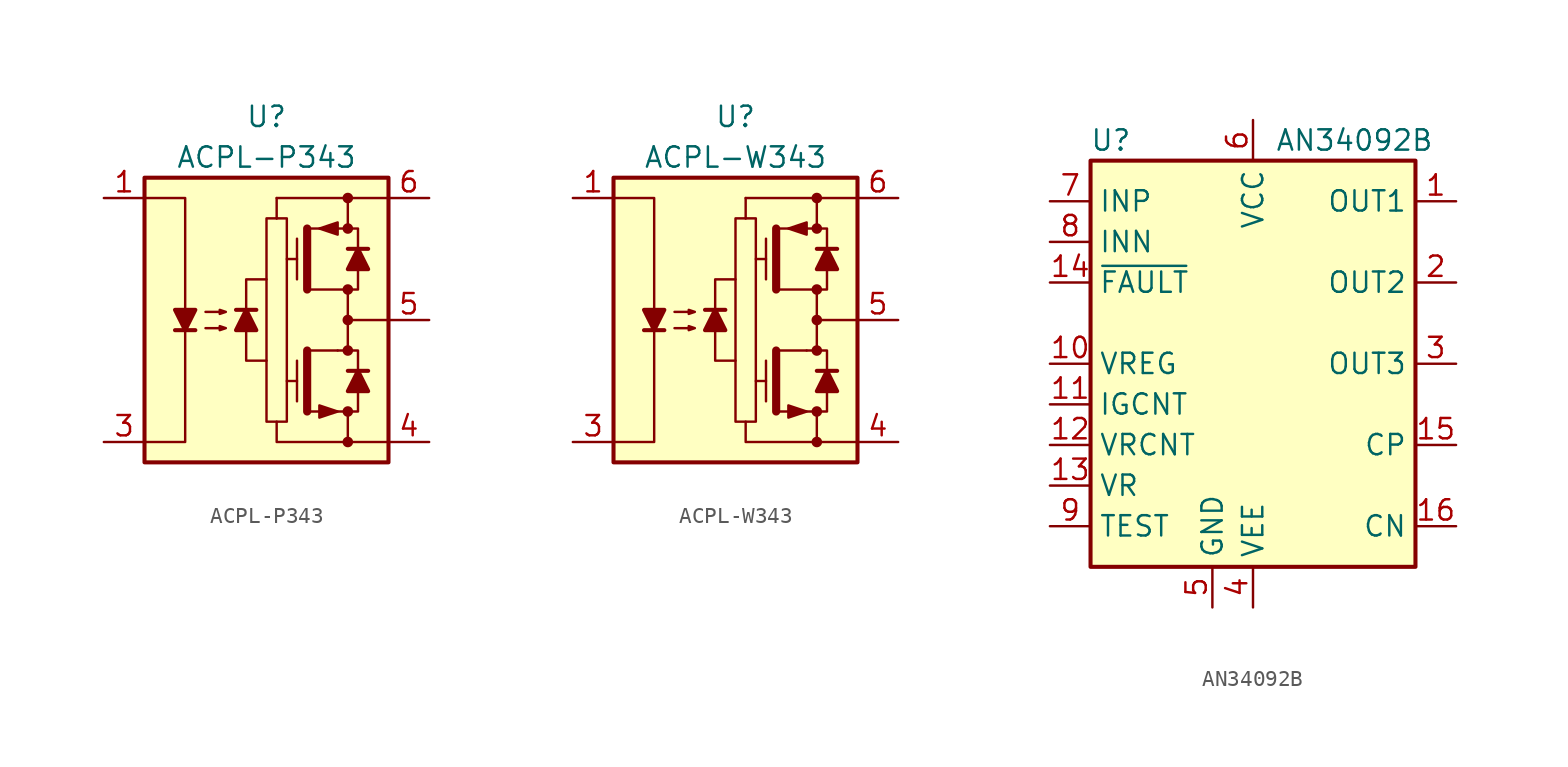
<source format=kicad_sym>
(kicad_symbol_lib
  (version 20241209)
  (generator "kicad_symbol_editor")
  (generator_version "9.0")
  (symbol "ACPL-P343"
    (pin_names
      (hide yes))
    (property "Reference" "U"
      (at 0 12.7 0)
      (effects (font (size 1.27 1.27))))
    (property "Value" "ACPL-P343"
      (at 0 10.16 0)
      (effects (font (size 1.27 1.27))))
    (symbol "ACPL-P343_0_1"
      (rectangle (start -7.62 8.89) (end 7.62 -8.89) (stroke (width 0.254) (type default)) (fill (type background)))
      (polyline (pts (xy -7.62 7.62) (xy -5.08 7.62) (xy -5.08 -7.62) (xy -7.62 -7.62)) (stroke (width 0) (type default)) (fill (type none)))
      (polyline (pts (xy -5.715 -0.635) (xy -4.445 -0.635)) (stroke (width 0.254) (type default)) (fill (type none)))
      (polyline (pts (xy -5.08 -0.635) (xy -5.715 0.635) (xy -4.445 0.635) (xy -5.08 -0.635)) (stroke (width 0.254) (type default)) (fill (type outline)))
      (polyline (pts (xy -3.81 0.508) (xy -2.54 0.508) (xy -2.921 0.381) (xy -2.921 0.635) (xy -2.54 0.508)) (stroke (width 0) (type default)) (fill (type none)))
      (polyline (pts (xy -3.81 -0.508) (xy -2.54 -0.508) (xy -2.921 -0.635) (xy -2.921 -0.381) (xy -2.54 -0.508)) (stroke (width 0) (type default)) (fill (type none)))
      (polyline (pts (xy -1.27 0.635) (xy -1.27 2.54) (xy 0 2.54)) (stroke (width 0) (type default)) (fill (type none)))
      (polyline (pts (xy -1.27 0.635) (xy -0.635 -0.635) (xy -1.905 -0.635) (xy -1.27 0.635)) (stroke (width 0.254) (type default)) (fill (type outline)))
      (polyline (pts (xy -1.27 -0.635) (xy -1.27 -2.54) (xy 0 -2.54)) (stroke (width 0) (type default)) (fill (type none)))
      (polyline (pts (xy -0.635 0.635) (xy -1.905 0.635)) (stroke (width 0.254) (type default)) (fill (type none)))
      (rectangle (start 0.635 6.35) (end 0.635 7.62) (stroke (width 0) (type default)) (fill (type none)))
      (rectangle (start 0.635 6.35) (end 0.635 6.35) (stroke (width 0) (type default)) (fill (type none)))
      (polyline (pts (xy 0.635 -6.35) (xy 0.635 -7.62) (xy 7.62 -7.62)) (stroke (width 0) (type default)) (fill (type none)))
      (polyline (pts (xy 1.27 6.35) (xy 1.27 -6.35) (xy 0 -6.35) (xy 0 6.35) (xy 1.27 6.35)) (stroke (width 0) (type default)) (fill (type none)))
      (polyline (pts (xy 1.27 3.81) (xy 1.905 3.81)) (stroke (width 0) (type default)) (fill (type none)))
      (polyline (pts (xy 1.27 -3.81) (xy 1.905 -3.81)) (stroke (width 0) (type default)) (fill (type none)))
      (polyline (pts (xy 1.905 2.54) (xy 1.905 5.08)) (stroke (width 0) (type default)) (fill (type none)))
      (polyline (pts (xy 1.905 -5.08) (xy 1.905 -2.54)) (stroke (width 0) (type default)) (fill (type none)))
      (polyline (pts (xy 2.54 1.905) (xy 2.54 5.715)) (stroke (width 0.508) (type default)) (fill (type none)))
      (polyline (pts (xy 2.54 -5.715) (xy 2.54 -1.905)) (stroke (width 0.508) (type default)) (fill (type none)))
      (polyline (pts (xy 3.302 5.715) (xy 4.445 6.096) (xy 4.445 5.334) (xy 3.302 5.715)) (stroke (width 0) (type default)) (fill (type outline)))
      (polyline (pts (xy 4.445 5.715) (xy 2.54 5.715)) (stroke (width 0) (type default)) (fill (type none)))
      (polyline (pts (xy 4.445 5.715) (xy 5.715 5.715) (xy 5.715 4.445)) (stroke (width 0) (type default)) (fill (type none)))
      (polyline (pts (xy 4.445 -1.905) (xy 2.54 -1.905)) (stroke (width 0) (type default)) (fill (type none)))
      (polyline (pts (xy 4.445 -1.905) (xy 5.715 -1.905) (xy 5.715 -3.175)) (stroke (width 0) (type default)) (fill (type none)))
      (polyline (pts (xy 4.445 -5.715) (xy 3.302 -5.334) (xy 3.302 -6.096) (xy 4.445 -5.715)) (stroke (width 0) (type default)) (fill (type outline)))
      (polyline (pts (xy 5.08 7.62) (xy 5.08 5.715)) (stroke (width 0) (type default)) (fill (type none)))
      (circle (center 5.08 7.62) (radius 0.254) (stroke (width 0) (type default)) (fill (type outline)))
      (circle (center 5.08 5.715) (radius 0.254) (stroke (width 0) (type default)) (fill (type outline)))
      (polyline (pts (xy 5.08 1.905) (xy 5.08 -1.905)) (stroke (width 0) (type default)) (fill (type none)))
      (circle (center 5.08 1.905) (radius 0.254) (stroke (width 0) (type default)) (fill (type outline)))
      (polyline (pts (xy 5.08 0) (xy 7.62 0)) (stroke (width 0) (type default)) (fill (type none)))
      (circle (center 5.08 0) (radius 0.254) (stroke (width 0) (type default)) (fill (type outline)))
      (circle (center 5.08 -1.905) (radius 0.254) (stroke (width 0) (type default)) (fill (type outline)))
      (polyline (pts (xy 5.08 -5.715) (xy 5.08 -7.62)) (stroke (width 0) (type default)) (fill (type none)))
      (circle (center 5.08 -5.715) (radius 0.254) (stroke (width 0) (type default)) (fill (type outline)))
      (circle (center 5.08 -7.62) (radius 0.254) (stroke (width 0) (type default)) (fill (type outline)))
      (polyline (pts (xy 5.715 4.445) (xy 6.35 3.175) (xy 5.08 3.175) (xy 5.715 4.445)) (stroke (width 0.254) (type default)) (fill (type outline)))
      (polyline (pts (xy 5.715 3.175) (xy 5.715 1.905) (xy 2.54 1.905)) (stroke (width 0) (type default)) (fill (type none)))
      (polyline (pts (xy 5.715 -3.175) (xy 6.35 -4.445) (xy 5.08 -4.445) (xy 5.715 -3.175)) (stroke (width 0.254) (type default)) (fill (type outline)))
      (polyline (pts (xy 5.715 -4.445) (xy 5.715 -5.715) (xy 2.54 -5.715)) (stroke (width 0) (type default)) (fill (type none)))
      (polyline (pts (xy 6.35 4.445) (xy 5.08 4.445)) (stroke (width 0.254) (type default)) (fill (type none)))
      (polyline (pts (xy 6.35 -3.175) (xy 5.08 -3.175)) (stroke (width 0.254) (type default)) (fill (type none)))
      (polyline (pts (xy 7.62 7.62) (xy 0.635 7.62)) (stroke (width 0) (type default)) (fill (type none))))
    (symbol "ACPL-P343_1_1"
      (pin passive line (at -10.16 7.62 0) (length 2.54) (name "A" (effects (font (size 1.27 1.27)))) (number "1" (effects (font (size 1.27 1.27)))))
      (pin passive line (at -10.16 -7.62 0) (length 2.54) (name "C" (effects (font (size 1.27 1.27)))) (number "3" (effects (font (size 1.27 1.27)))))
      (pin no_connect line (at -7.62 0 0) (length 2.54) (hide yes) (name "NC" (effects (font (size 1.27 1.27)))) (number "2" (effects (font (size 1.27 1.27)))))
      (pin power_in line (at 10.16 7.62 180) (length 2.54) (name "VCC" (effects (font (size 1.27 1.27)))) (number "6" (effects (font (size 1.27 1.27)))))
      (pin output line (at 10.16 0 180) (length 2.54) (name "VO" (effects (font (size 1.27 1.27)))) (number "5" (effects (font (size 1.27 1.27)))))
      (pin power_in line (at 10.16 -7.62 180) (length 2.54) (name "VEE" (effects (font (size 1.27 1.27)))) (number "4" (effects (font (size 1.27 1.27)))))))
  (symbol "ACPL-W343"
    (pin_names
      (hide yes))
    (property "Reference" "U"
      (at 0 12.7 0)
      (effects (font (size 1.27 1.27))))
    (property "Value" "ACPL-W343"
      (at 0 10.16 0)
      (effects (font (size 1.27 1.27))))
    (symbol "ACPL-W343_0_1"
      (rectangle (start -7.62 8.89) (end 7.62 -8.89) (stroke (width 0.254) (type default)) (fill (type background)))
      (polyline (pts (xy -7.62 7.62) (xy -5.08 7.62) (xy -5.08 -7.62) (xy -7.62 -7.62)) (stroke (width 0) (type default)) (fill (type none)))
      (polyline (pts (xy -5.715 -0.635) (xy -4.445 -0.635)) (stroke (width 0.254) (type default)) (fill (type none)))
      (polyline (pts (xy -5.08 -0.635) (xy -5.715 0.635) (xy -4.445 0.635) (xy -5.08 -0.635)) (stroke (width 0.254) (type default)) (fill (type outline)))
      (polyline (pts (xy -3.81 0.508) (xy -2.54 0.508) (xy -2.921 0.381) (xy -2.921 0.635) (xy -2.54 0.508)) (stroke (width 0) (type default)) (fill (type none)))
      (polyline (pts (xy -3.81 -0.508) (xy -2.54 -0.508) (xy -2.921 -0.635) (xy -2.921 -0.381) (xy -2.54 -0.508)) (stroke (width 0) (type default)) (fill (type none)))
      (polyline (pts (xy -1.27 0.635) (xy -1.27 2.54) (xy 0 2.54)) (stroke (width 0) (type default)) (fill (type none)))
      (polyline (pts (xy -1.27 0.635) (xy -0.635 -0.635) (xy -1.905 -0.635) (xy -1.27 0.635)) (stroke (width 0.254) (type default)) (fill (type outline)))
      (polyline (pts (xy -1.27 -0.635) (xy -1.27 -2.54) (xy 0 -2.54)) (stroke (width 0) (type default)) (fill (type none)))
      (polyline (pts (xy -0.635 0.635) (xy -1.905 0.635)) (stroke (width 0.254) (type default)) (fill (type none)))
      (rectangle (start 0.635 6.35) (end 0.635 7.62) (stroke (width 0) (type default)) (fill (type none)))
      (rectangle (start 0.635 6.35) (end 0.635 6.35) (stroke (width 0) (type default)) (fill (type none)))
      (polyline (pts (xy 0.635 -6.35) (xy 0.635 -7.62) (xy 7.62 -7.62)) (stroke (width 0) (type default)) (fill (type none)))
      (polyline (pts (xy 1.27 6.35) (xy 1.27 -6.35) (xy 0 -6.35) (xy 0 6.35) (xy 1.27 6.35)) (stroke (width 0) (type default)) (fill (type none)))
      (polyline (pts (xy 1.27 3.81) (xy 1.905 3.81)) (stroke (width 0) (type default)) (fill (type none)))
      (polyline (pts (xy 1.27 -3.81) (xy 1.905 -3.81)) (stroke (width 0) (type default)) (fill (type none)))
      (polyline (pts (xy 1.905 2.54) (xy 1.905 5.08)) (stroke (width 0) (type default)) (fill (type none)))
      (polyline (pts (xy 1.905 -5.08) (xy 1.905 -2.54)) (stroke (width 0) (type default)) (fill (type none)))
      (polyline (pts (xy 2.54 1.905) (xy 2.54 5.715)) (stroke (width 0.508) (type default)) (fill (type none)))
      (polyline (pts (xy 2.54 -5.715) (xy 2.54 -1.905)) (stroke (width 0.508) (type default)) (fill (type none)))
      (polyline (pts (xy 3.302 5.715) (xy 4.445 6.096) (xy 4.445 5.334) (xy 3.302 5.715)) (stroke (width 0) (type default)) (fill (type outline)))
      (polyline (pts (xy 4.445 5.715) (xy 2.54 5.715)) (stroke (width 0) (type default)) (fill (type none)))
      (polyline (pts (xy 4.445 5.715) (xy 5.715 5.715) (xy 5.715 4.445)) (stroke (width 0) (type default)) (fill (type none)))
      (polyline (pts (xy 4.445 -1.905) (xy 2.54 -1.905)) (stroke (width 0) (type default)) (fill (type none)))
      (polyline (pts (xy 4.445 -1.905) (xy 5.715 -1.905) (xy 5.715 -3.175)) (stroke (width 0) (type default)) (fill (type none)))
      (polyline (pts (xy 4.445 -5.715) (xy 3.302 -5.334) (xy 3.302 -6.096) (xy 4.445 -5.715)) (stroke (width 0) (type default)) (fill (type outline)))
      (polyline (pts (xy 5.08 7.62) (xy 5.08 5.715)) (stroke (width 0) (type default)) (fill (type none)))
      (circle (center 5.08 7.62) (radius 0.254) (stroke (width 0) (type default)) (fill (type outline)))
      (circle (center 5.08 5.715) (radius 0.254) (stroke (width 0) (type default)) (fill (type outline)))
      (polyline (pts (xy 5.08 1.905) (xy 5.08 -1.905)) (stroke (width 0) (type default)) (fill (type none)))
      (circle (center 5.08 1.905) (radius 0.254) (stroke (width 0) (type default)) (fill (type outline)))
      (polyline (pts (xy 5.08 0) (xy 7.62 0)) (stroke (width 0) (type default)) (fill (type none)))
      (circle (center 5.08 0) (radius 0.254) (stroke (width 0) (type default)) (fill (type outline)))
      (circle (center 5.08 -1.905) (radius 0.254) (stroke (width 0) (type default)) (fill (type outline)))
      (polyline (pts (xy 5.08 -5.715) (xy 5.08 -7.62)) (stroke (width 0) (type default)) (fill (type none)))
      (circle (center 5.08 -5.715) (radius 0.254) (stroke (width 0) (type default)) (fill (type outline)))
      (circle (center 5.08 -7.62) (radius 0.254) (stroke (width 0) (type default)) (fill (type outline)))
      (polyline (pts (xy 5.715 4.445) (xy 6.35 3.175) (xy 5.08 3.175) (xy 5.715 4.445)) (stroke (width 0.254) (type default)) (fill (type outline)))
      (polyline (pts (xy 5.715 3.175) (xy 5.715 1.905) (xy 2.54 1.905)) (stroke (width 0) (type default)) (fill (type none)))
      (polyline (pts (xy 5.715 -3.175) (xy 6.35 -4.445) (xy 5.08 -4.445) (xy 5.715 -3.175)) (stroke (width 0.254) (type default)) (fill (type outline)))
      (polyline (pts (xy 5.715 -4.445) (xy 5.715 -5.715) (xy 2.54 -5.715)) (stroke (width 0) (type default)) (fill (type none)))
      (polyline (pts (xy 6.35 4.445) (xy 5.08 4.445)) (stroke (width 0.254) (type default)) (fill (type none)))
      (polyline (pts (xy 6.35 -3.175) (xy 5.08 -3.175)) (stroke (width 0.254) (type default)) (fill (type none)))
      (polyline (pts (xy 7.62 7.62) (xy 0.635 7.62)) (stroke (width 0) (type default)) (fill (type none))))
    (symbol "ACPL-W343_1_1"
      (pin passive line (at -10.16 7.62 0) (length 2.54) (name "A" (effects (font (size 1.27 1.27)))) (number "1" (effects (font (size 1.27 1.27)))))
      (pin passive line (at -10.16 -7.62 0) (length 2.54) (name "C" (effects (font (size 1.27 1.27)))) (number "3" (effects (font (size 1.27 1.27)))))
      (pin no_connect line (at -7.62 0 0) (length 2.54) (hide yes) (name "NC" (effects (font (size 1.27 1.27)))) (number "2" (effects (font (size 1.27 1.27)))))
      (pin power_in line (at 10.16 7.62 180) (length 2.54) (name "VCC" (effects (font (size 1.27 1.27)))) (number "6" (effects (font (size 1.27 1.27)))))
      (pin output line (at 10.16 0 180) (length 2.54) (name "VO" (effects (font (size 1.27 1.27)))) (number "5" (effects (font (size 1.27 1.27)))))
      (pin power_in line (at 10.16 -7.62 180) (length 2.54) (name "VEE" (effects (font (size 1.27 1.27)))) (number "4" (effects (font (size 1.27 1.27)))))))
  (symbol "AN34092B"
    (property "Reference" "U"
      (at -8.89 13.97 0)
      (effects (font (size 1.27 1.27))))
    (property "Value" "AN34092B"
      (at 6.35 13.97 0)
      (effects (font (size 1.27 1.27))))
    (symbol "AN34092B_0_1"
      (rectangle (start -10.16 -12.7) (end 10.16 12.7) (stroke (width 0.254) (type default)) (fill (type background))))
    (symbol "AN34092B_1_1"
      (pin input line (at -12.7 10.16 0) (length 2.54) (name "INP" (effects (font (size 1.27 1.27)))) (number "7" (effects (font (size 1.27 1.27)))))
      (pin input line (at -12.7 7.62 0) (length 2.54) (name "INN" (effects (font (size 1.27 1.27)))) (number "8" (effects (font (size 1.27 1.27)))))
      (pin open_collector line (at -12.7 5.08 0) (length 2.54) (name "~{FAULT}" (effects (font (size 1.27 1.27)))) (number "14" (effects (font (size 1.27 1.27)))))
      (pin passive line (at -12.7 0 0) (length 2.54) (name "VREG" (effects (font (size 1.27 1.27)))) (number "10" (effects (font (size 1.27 1.27)))))
      (pin passive line (at -12.7 -2.54 0) (length 2.54) (name "IGCNT" (effects (font (size 1.27 1.27)))) (number "11" (effects (font (size 1.27 1.27)))))
      (pin passive line (at -12.7 -5.08 0) (length 2.54) (name "VRCNT" (effects (font (size 1.27 1.27)))) (number "12" (effects (font (size 1.27 1.27)))))
      (pin passive line (at -12.7 -7.62 0) (length 2.54) (name "VR" (effects (font (size 1.27 1.27)))) (number "13" (effects (font (size 1.27 1.27)))))
      (pin passive line (at -12.7 -10.16 0) (length 2.54) (name "TEST" (effects (font (size 1.27 1.27)))) (number "9" (effects (font (size 1.27 1.27)))))
      (pin passive line (at -2.54 -15.24 90) (length 2.54) (hide yes) (name "GND" (effects (font (size 1.27 1.27)))) (number "17" (effects (font (size 1.27 1.27)))))
      (pin power_in line (at -2.54 -15.24 90) (length 2.54) (name "GND" (effects (font (size 1.27 1.27)))) (number "5" (effects (font (size 1.27 1.27)))))
      (pin power_in line (at 0 15.24 270) (length 2.54) (name "VCC" (effects (font (size 1.27 1.27)))) (number "6" (effects (font (size 1.27 1.27)))))
      (pin power_in line (at 0 -15.24 90) (length 2.54) (name "VEE" (effects (font (size 1.27 1.27)))) (number "4" (effects (font (size 1.27 1.27)))))
      (pin output line (at 12.7 10.16 180) (length 2.54) (name "OUT1" (effects (font (size 1.27 1.27)))) (number "1" (effects (font (size 1.27 1.27)))))
      (pin output line (at 12.7 5.08 180) (length 2.54) (name "OUT2" (effects (font (size 1.27 1.27)))) (number "2" (effects (font (size 1.27 1.27)))))
      (pin output line (at 12.7 0 180) (length 2.54) (name "OUT3" (effects (font (size 1.27 1.27)))) (number "3" (effects (font (size 1.27 1.27)))))
      (pin passive line (at 12.7 -5.08 180) (length 2.54) (name "CP" (effects (font (size 1.27 1.27)))) (number "15" (effects (font (size 1.27 1.27)))))
      (pin passive line (at 12.7 -10.16 180) (length 2.54) (name "CN" (effects (font (size 1.27 1.27)))) (number "16" (effects (font (size 1.27 1.27))))))))
</source>
